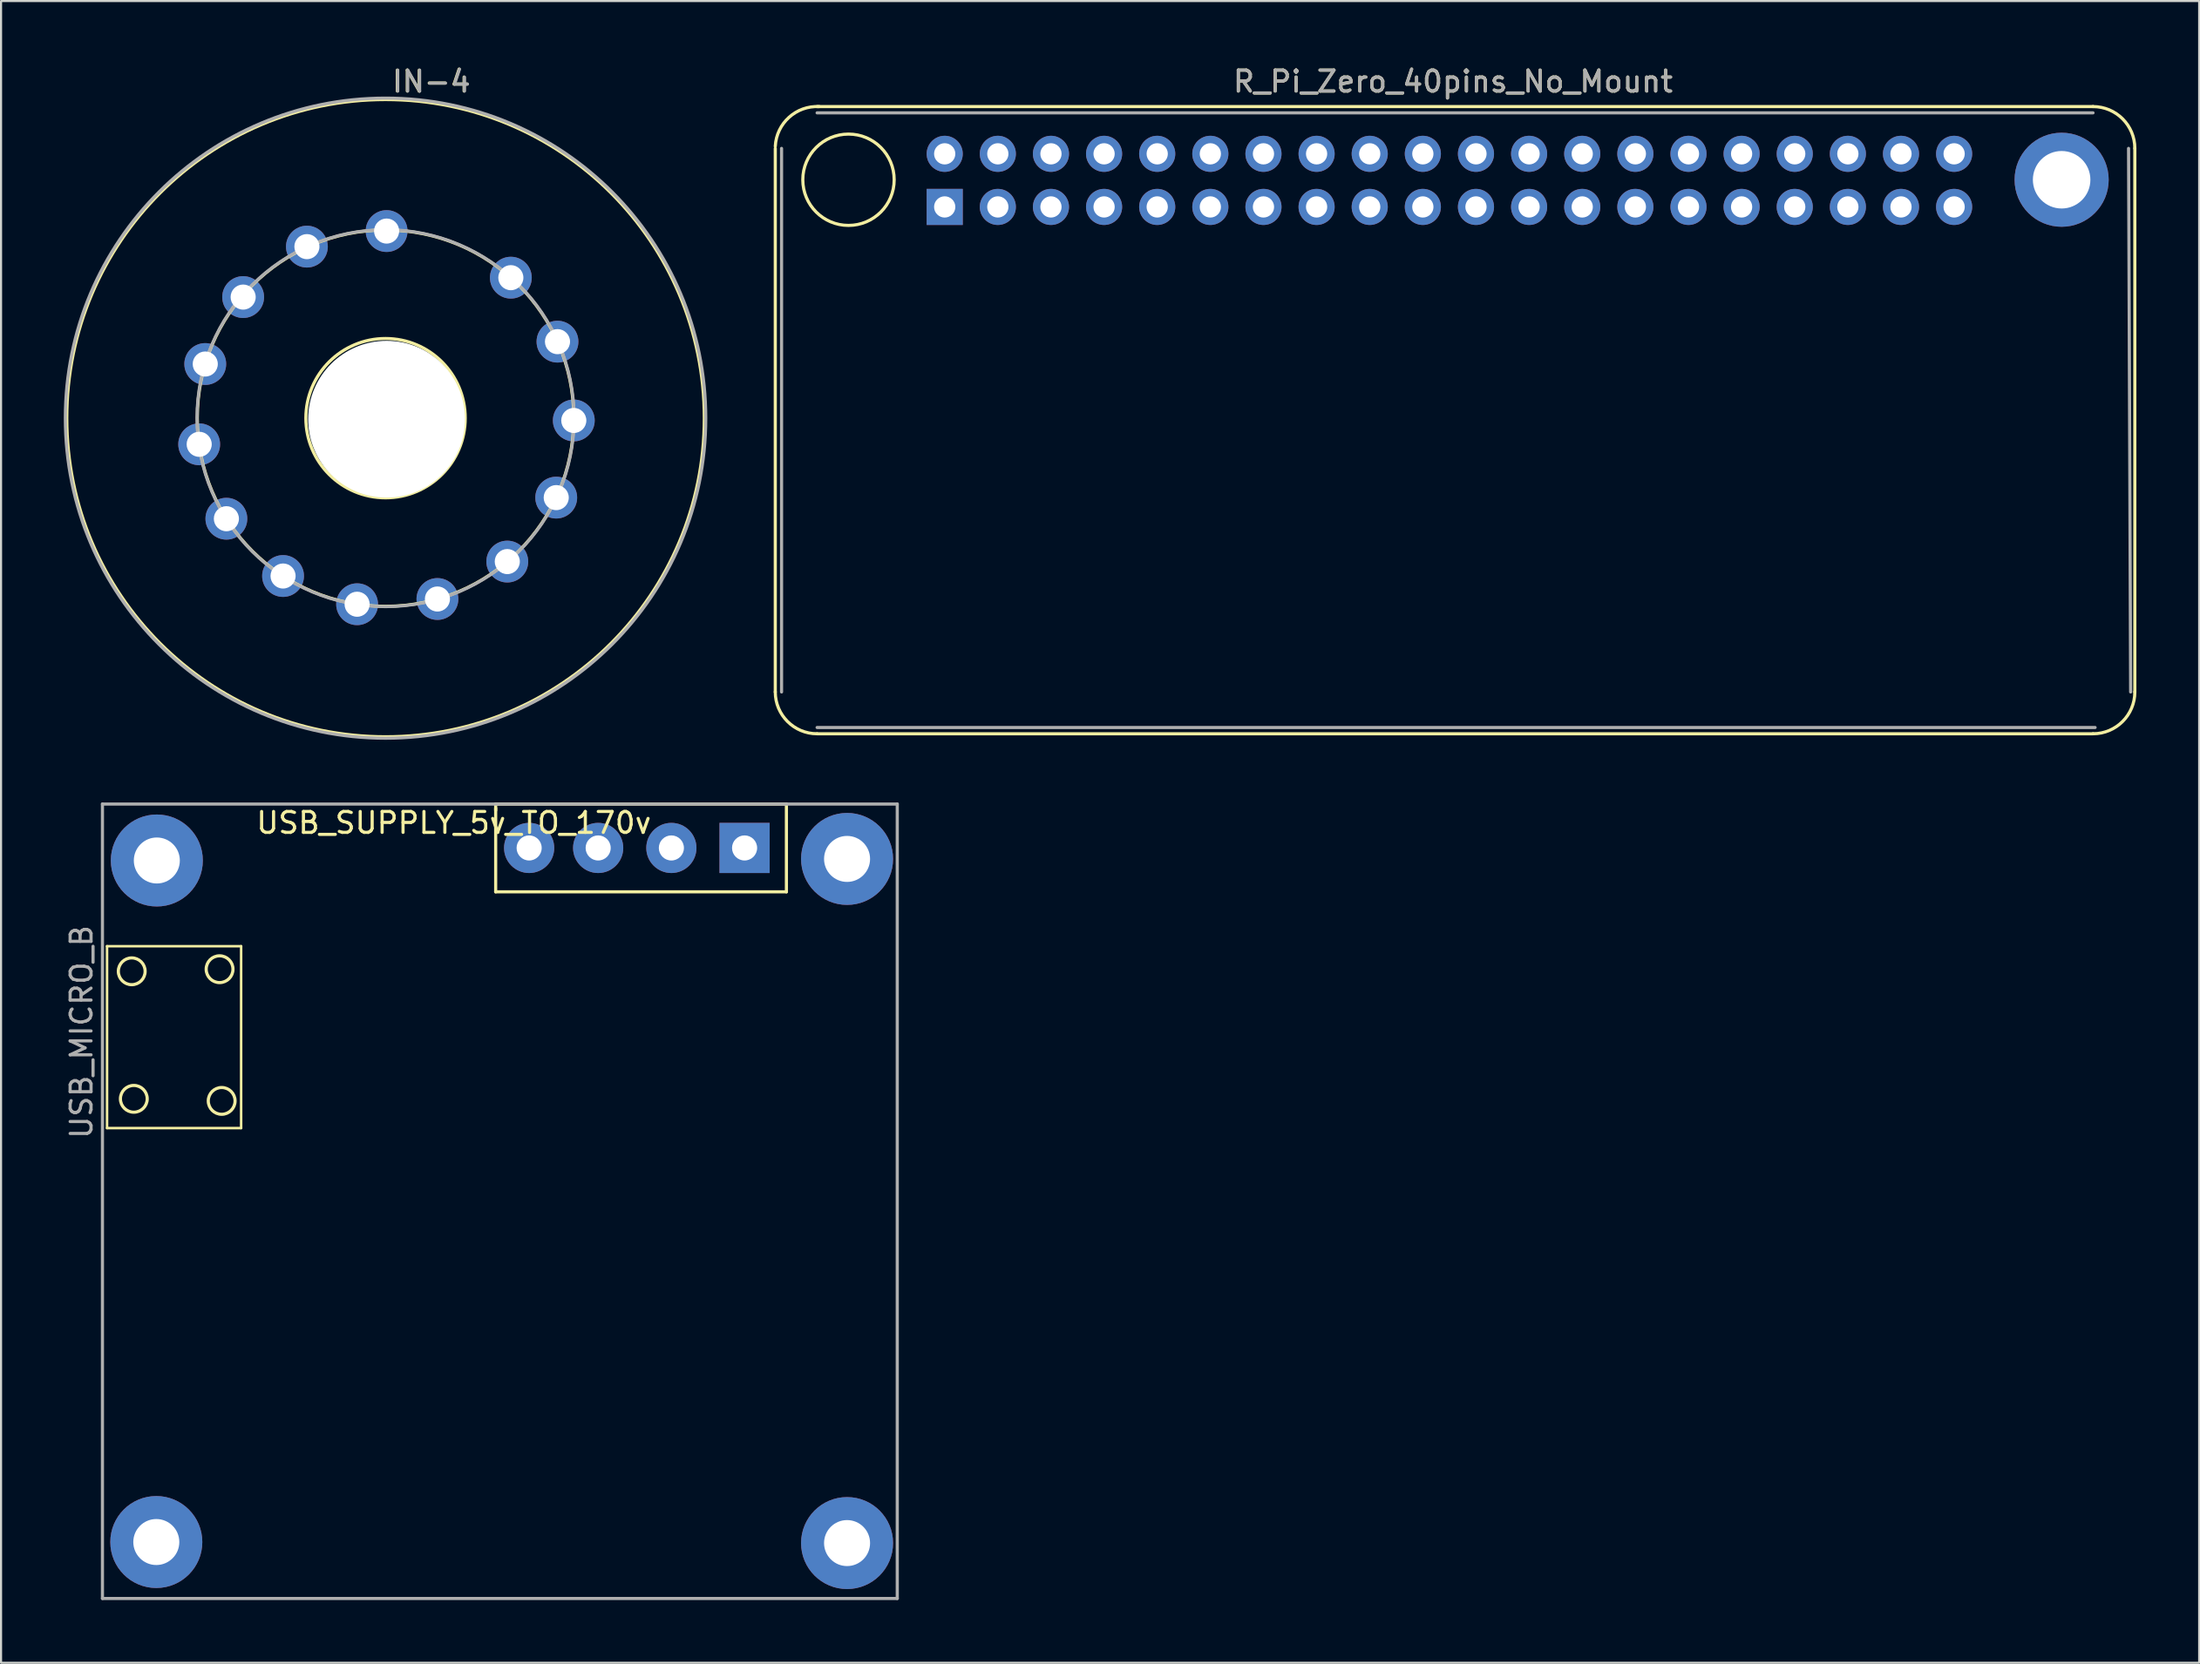
<source format=kicad_pcb>
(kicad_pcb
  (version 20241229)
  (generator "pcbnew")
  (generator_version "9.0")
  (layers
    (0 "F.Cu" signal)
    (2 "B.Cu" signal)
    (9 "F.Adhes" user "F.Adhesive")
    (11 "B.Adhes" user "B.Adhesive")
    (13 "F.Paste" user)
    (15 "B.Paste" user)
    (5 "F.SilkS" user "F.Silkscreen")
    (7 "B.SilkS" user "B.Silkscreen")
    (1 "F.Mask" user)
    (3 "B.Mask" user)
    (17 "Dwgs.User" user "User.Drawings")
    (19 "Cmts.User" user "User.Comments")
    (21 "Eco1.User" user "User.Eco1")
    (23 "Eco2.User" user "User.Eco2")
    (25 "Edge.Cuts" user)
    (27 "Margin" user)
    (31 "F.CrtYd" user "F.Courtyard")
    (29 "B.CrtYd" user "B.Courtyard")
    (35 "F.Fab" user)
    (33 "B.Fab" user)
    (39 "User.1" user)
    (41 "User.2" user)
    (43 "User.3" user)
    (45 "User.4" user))
  (footprint "IN-4"
    (layer "F.Cu")
    (at 15.433 17.002)
    (property "Reference" "IN-4" (at 2.134 -16.154 0) (layer "F.SilkS") (effects (font (size 1 1) (thickness 0.15))))
    (attr through_hole)
    (fp_circle (center -0.05 -0.05) (end -3.86 -0.05) (stroke (width 0.15) (type solid)) (fill no) (layer "F.SilkS"))
    (fp_circle (center -0.05 -0.05) (end -0.05 -9.05) (stroke (width 0.15) (type solid)) (fill no) (layer "F.SilkS"))
    (fp_circle (center -0.05 -0.05) (end 15.19 -0.05) (stroke (width 0.15) (type solid)) (fill no) (layer "F.SilkS"))
    (fp_circle (center -0.05 -0.05) (end 8.95 0.45) (stroke (width 0.15) (type solid)) (fill no) (layer "F.Fab"))
    (fp_circle (center -0.05 -0.05) (end 15.25 0.45) (stroke (width 0.15) (type solid)) (fill no) (layer "F.Fab"))
    (fp_text user "${REFERENCE}" (at 2.15 -16.15 0) (layer "F.Fab") (effects (font (size 1 1) (thickness 0.15))))
    (pad "" np_thru_hole circle (at 0 0) (size 7.5 7.5) (drill 7.5) (layers "*.Cu" "*.Mask"))
    (pad "1" thru_hole circle (at 0 -9 180) (size 2 2) (drill 1.2) (layers "*.Cu" "*.Mask"))
    (pad "2" thru_hole circle (at -3.81 -8.255 180) (size 2 2) (drill 1.2) (layers "*.Cu" "*.Mask"))
    (pad "3" thru_hole circle (at -6.858 -5.842 180) (size 2 2) (drill 1.2) (layers "*.Cu" "*.Mask"))
    (pad "4" thru_hole circle (at -8.67 -2.64 180) (size 2 2) (drill 1.2) (layers "*.Cu" "*.Mask"))
    (pad "5" thru_hole circle (at -8.96 1.2 180) (size 2 2) (drill 1.2) (layers "*.Cu" "*.Mask"))
    (pad "6" thru_hole circle (at -7.66 4.76 180) (size 2 2) (drill 1.2) (layers "*.Cu" "*.Mask"))
    (pad "7" thru_hole circle (at -4.95 7.5 180) (size 2 2) (drill 1.2) (layers "*.Cu" "*.Mask"))
    (pad "8" thru_hole circle (at -1.41 8.85 180) (size 2 2) (drill 1.2) (layers "*.Cu" "*.Mask"))
    (pad "9" thru_hole circle (at 2.43 8.6 180) (size 2 2) (drill 1.2) (layers "*.Cu" "*.Mask"))
    (pad "10" thru_hole circle (at 5.77 6.81 180) (size 2 2) (drill 1.2) (layers "*.Cu" "*.Mask"))
    (pad "11" thru_hole circle (at 8.11 3.75 180) (size 2 2) (drill 1.2) (layers "*.Cu" "*.Mask"))
    (pad "12" thru_hole circle (at 8.95 0.06 180) (size 2 2) (drill 1.2) (layers "*.Cu" "*.Mask"))
    (pad "13" thru_hole circle (at 8.17 -3.71 180) (size 2 2) (drill 1.2) (layers "*.Cu" "*.Mask"))
    (pad "14" thru_hole circle (at 5.94 -6.77 180) (size 2 2) (drill 1.2) (layers "*.Cu" "*.Mask")))
  (footprint "USB_SUPPLY_5v_TO_170v"
    (layer "F.Cu")
    (at 4.448 38.11)
    (property "Reference" "USB_SUPPLY_5v_TO_170v" (at 14.2 -1.8 180) (layer "F.SilkS") (effects (font (size 1 1) (thickness 0.15))))
    (attr smd)
    (fp_line (start -2.38 4.1) (end -2.38 12.8) (stroke (width 0.12) (type solid)) (layer "F.SilkS"))
    (fp_line (start -2.38 4.1) (end 4.03 4.1) (stroke (width 0.12) (type solid)) (layer "F.SilkS"))
    (fp_line (start 4.03 4.1) (end 4.03 12.8) (stroke (width 0.12) (type solid)) (layer "F.SilkS"))
    (fp_line (start 4.03 12.8) (end -2.38 12.8) (stroke (width 0.12) (type solid)) (layer "F.SilkS"))
    (fp_line (start 16.2 -2.7) (end 16.2 -2.4) (stroke (width 0.15) (type solid)) (layer "F.SilkS"))
    (fp_line (start 16.2 -2.5) (end 16.2 1.5) (stroke (width 0.15) (type solid)) (layer "F.SilkS"))
    (fp_line (start 16.2 1.5) (end 30.1 1.5) (stroke (width 0.15) (type solid)) (layer "F.SilkS"))
    (fp_line (start 30.1 -2.7) (end 16.2 -2.7) (stroke (width 0.15) (type solid)) (layer "F.SilkS"))
    (fp_line (start 30.1 1.5) (end 30.1 -2.7) (stroke (width 0.15) (type solid)) (layer "F.SilkS"))
    (fp_circle (center -1.2 5.3) (end -0.8 5.8) (stroke (width 0.15) (type solid)) (fill no) (layer "F.SilkS"))
    (fp_circle (center -1.1 11.4) (end -0.7 11.9) (stroke (width 0.15) (type solid)) (fill no) (layer "F.SilkS"))
    (fp_circle (center 3 5.2) (end 3.4 5.7) (stroke (width 0.15) (type solid)) (fill no) (layer "F.SilkS"))
    (fp_circle (center 3.1 11.5) (end 3.5 12) (stroke (width 0.15) (type solid)) (fill no) (layer "F.SilkS"))
    (fp_line (start -2.6 -2.7) (end -2.6 35.3) (stroke (width 0.15) (type solid)) (layer "F.Fab"))
    (fp_line (start -2.6 -2.7) (end 35.4 -2.7) (stroke (width 0.15) (type solid)) (layer "F.Fab"))
    (fp_line (start -2.6 35.3) (end 35.4 35.3) (stroke (width 0.15) (type solid)) (layer "F.Fab"))
    (fp_line (start 35.4 35.3) (end 35.4 -2.7) (stroke (width 0.15) (type solid)) (layer "F.Fab"))
    (fp_text user "USB_MICRO_B" (at -3.6 8.2 90) (layer "F.Fab") (effects (font (size 1 1) (thickness 0.15))))
    (pad "1" thru_hole rect (at 28.1 -0.6 180) (size 2.4 2.4) (drill 1.2) (layers "*.Cu" "*.Mask"))
    (pad "2" thru_hole circle (at -0.025 32.6 180) (size 4.4 4.4) (drill 2.2) (layers "*.Cu" "*.Mask"))
    (pad "2" thru_hole circle (at 0 0 180) (size 4.4 4.4) (drill 2.2) (layers "*.Cu" "*.Mask"))
    (pad "2" thru_hole circle (at 24.6 -0.6 180) (size 2.4 2.4) (drill 1.2) (layers "*.Cu" "*.Mask"))
    (pad "2" thru_hole circle (at 33 -0.075 180) (size 4.4 4.4) (drill 2.2) (layers "*.Cu" "*.Mask"))
    (pad "2" thru_hole circle (at 33 32.65 180) (size 4.4 4.4) (drill 2.2) (layers "*.Cu" "*.Mask"))
    (pad "3" thru_hole circle (at 21.1 -0.6 180) (size 2.4 2.4) (drill 1.2) (layers "*.Cu" "*.Mask"))
    (pad "4" thru_hole circle (at 17.8 -0.6 180) (size 2.4 2.4) (drill 1.2) (layers "*.Cu" "*.Mask")))
  (footprint "R_Pi_Zero_40pins_No_Mount"
    (layer "F.Cu")
    (at 34.016 2.048)
    (property "Reference" "R_Pi_Zero_40pins_No_Mount" (at 32.4 -1.2 0) (layer "F.SilkS") (effects (font (size 1 1) (thickness 0.15))))
    (attr through_hole)
    (fp_line (start 0 2) (end 0 28) (stroke (width 0.15) (type solid)) (layer "F.SilkS"))
    (fp_line (start 2 0) (end 63 0) (stroke (width 0.15) (type solid)) (layer "F.SilkS"))
    (fp_line (start 2 30) (end 63 30) (stroke (width 0.15) (type solid)) (layer "F.SilkS"))
    (fp_line (start 65 2) (end 65 28) (stroke (width 0.15) (type solid)) (layer "F.SilkS"))
    (fp_arc (start 0 1.9) (mid 0.656497 0.515076) (end 2.1 0) (stroke (width 0.15) (type solid)) (layer "F.SilkS"))
    (fp_arc (start 2 30) (mid 0.585786 29.414214) (end 0 28) (stroke (width 0.15) (type solid)) (layer "F.SilkS"))
    (fp_arc (start 63 0) (mid 64.414214 0.585786) (end 65 2) (stroke (width 0.15) (type solid)) (layer "F.SilkS"))
    (fp_arc (start 65 28) (mid 64.414214 29.414214) (end 63 30) (stroke (width 0.15) (type solid)) (layer "F.SilkS"))
    (fp_circle (center 3.5 3.5) (end 4.7 5.325) (stroke (width 0.15) (type solid)) (fill no) (layer "F.SilkS"))
    (fp_line (start 0.3 2) (end 0.3 28) (stroke (width 0.15) (type solid)) (layer "F.Fab"))
    (fp_line (start 2 29.7) (end 63.1 29.7) (stroke (width 0.15) (type solid)) (layer "F.Fab"))
    (fp_line (start 63 0.3) (end 2 0.3) (stroke (width 0.15) (type solid)) (layer "F.Fab"))
    (fp_line (start 64.8 28) (end 64.7 2) (stroke (width 0.15) (type solid)) (layer "F.Fab"))
    (fp_text user "${REFERENCE}" (at 32.4 -1.2 0) (layer "F.Fab") (effects (font (size 1 1) (thickness 0.15))))
    (pad "1" thru_hole rect (at 8.1 4.8) (size 1.727 1.727) (drill 1.016) (layers "*.Cu" "*.Mask"))
    (pad "2" thru_hole oval (at 8.1 2.26) (size 1.727 1.727) (drill 1.016) (layers "*.Cu" "*.Mask"))
    (pad "3" thru_hole oval (at 10.64 4.8) (size 1.727 1.727) (drill 1.016) (layers "*.Cu" "*.Mask"))
    (pad "4" thru_hole oval (at 10.64 2.26) (size 1.727 1.727) (drill 1.016) (layers "*.Cu" "*.Mask"))
    (pad "5" thru_hole oval (at 13.18 4.8) (size 1.727 1.727) (drill 1.016) (layers "*.Cu" "*.Mask"))
    (pad "6" thru_hole oval (at 13.18 2.26) (size 1.727 1.727) (drill 1.016) (layers "*.Cu" "*.Mask"))
    (pad "7" thru_hole oval (at 15.72 4.8) (size 1.727 1.727) (drill 1.016) (layers "*.Cu" "*.Mask"))
    (pad "8" thru_hole oval (at 15.72 2.26) (size 1.727 1.727) (drill 1.016) (layers "*.Cu" "*.Mask"))
    (pad "9" thru_hole oval (at 18.26 4.8) (size 1.727 1.727) (drill 1.016) (layers "*.Cu" "*.Mask"))
    (pad "10" thru_hole oval (at 18.26 2.26) (size 1.727 1.727) (drill 1.016) (layers "*.Cu" "*.Mask"))
    (pad "11" thru_hole oval (at 20.8 4.8) (size 1.727 1.727) (drill 1.016) (layers "*.Cu" "*.Mask"))
    (pad "12" thru_hole oval (at 20.8 2.26) (size 1.727 1.727) (drill 1.016) (layers "*.Cu" "*.Mask"))
    (pad "13" thru_hole oval (at 23.34 4.8) (size 1.727 1.727) (drill 1.016) (layers "*.Cu" "*.Mask"))
    (pad "14" thru_hole oval (at 23.34 2.26) (size 1.727 1.727) (drill 1.016) (layers "*.Cu" "*.Mask"))
    (pad "15" thru_hole oval (at 25.88 4.8) (size 1.727 1.727) (drill 1.016) (layers "*.Cu" "*.Mask"))
    (pad "16" thru_hole oval (at 25.88 2.26) (size 1.727 1.727) (drill 1.016) (layers "*.Cu" "*.Mask"))
    (pad "17" thru_hole oval (at 28.42 4.8) (size 1.727 1.727) (drill 1.016) (layers "*.Cu" "*.Mask"))
    (pad "18" thru_hole oval (at 28.42 2.26) (size 1.727 1.727) (drill 1.016) (layers "*.Cu" "*.Mask"))
    (pad "19" thru_hole oval (at 30.96 4.8) (size 1.727 1.727) (drill 1.016) (layers "*.Cu" "*.Mask"))
    (pad "20" thru_hole oval (at 30.96 2.26) (size 1.727 1.727) (drill 1.016) (layers "*.Cu" "*.Mask"))
    (pad "21" thru_hole oval (at 33.5 4.8) (size 1.727 1.727) (drill 1.016) (layers "*.Cu" "*.Mask"))
    (pad "22" thru_hole oval (at 33.5 2.26) (size 1.727 1.727) (drill 1.016) (layers "*.Cu" "*.Mask"))
    (pad "23" thru_hole oval (at 36.04 4.8) (size 1.727 1.727) (drill 1.016) (layers "*.Cu" "*.Mask"))
    (pad "24" thru_hole oval (at 36.04 2.26) (size 1.727 1.727) (drill 1.016) (layers "*.Cu" "*.Mask"))
    (pad "25" thru_hole oval (at 38.58 4.8) (size 1.727 1.727) (drill 1.016) (layers "*.Cu" "*.Mask"))
    (pad "26" thru_hole oval (at 38.58 2.26) (size 1.727 1.727) (drill 1.016) (layers "*.Cu" "*.Mask"))
    (pad "27" thru_hole oval (at 41.12 4.8) (size 1.727 1.727) (drill 1.016) (layers "*.Cu" "*.Mask"))
    (pad "28" thru_hole oval (at 41.12 2.26) (size 1.727 1.727) (drill 1.016) (layers "*.Cu" "*.Mask"))
    (pad "29" thru_hole oval (at 43.66 4.8) (size 1.727 1.727) (drill 1.016) (layers "*.Cu" "*.Mask"))
    (pad "30" thru_hole oval (at 43.66 2.26) (size 1.727 1.727) (drill 1.016) (layers "*.Cu" "*.Mask"))
    (pad "31" thru_hole oval (at 46.2 4.8) (size 1.727 1.727) (drill 1.016) (layers "*.Cu" "*.Mask"))
    (pad "32" thru_hole oval (at 46.2 2.26) (size 1.727 1.727) (drill 1.016) (layers "*.Cu" "*.Mask"))
    (pad "33" thru_hole oval (at 48.74 4.8) (size 1.727 1.727) (drill 1.016) (layers "*.Cu" "*.Mask"))
    (pad "34" thru_hole oval (at 48.74 2.26) (size 1.727 1.727) (drill 1.016) (layers "*.Cu" "*.Mask"))
    (pad "35" thru_hole oval (at 51.28 4.8) (size 1.727 1.727) (drill 1.016) (layers "*.Cu" "*.Mask"))
    (pad "36" thru_hole oval (at 51.28 2.26) (size 1.727 1.727) (drill 1.016) (layers "*.Cu" "*.Mask"))
    (pad "37" thru_hole oval (at 53.82 4.8) (size 1.727 1.727) (drill 1.016) (layers "*.Cu" "*.Mask"))
    (pad "38" thru_hole oval (at 53.82 2.26) (size 1.727 1.727) (drill 1.016) (layers "*.Cu" "*.Mask"))
    (pad "39" thru_hole oval (at 56.36 4.8) (size 1.727 1.727) (drill 1.016) (layers "*.Cu" "*.Mask"))
    (pad "40" thru_hole oval (at 56.36 2.26) (size 1.727 1.727) (drill 1.016) (layers "*.Cu" "*.Mask"))
    (pad "41" thru_hole circle (at 61.5 3.5) (size 4.5 4.5) (drill 2.75) (layers "*.Cu" "*.Mask")))
  (gr_rect
    (start -3 -3)
    (end 102.091 76.485)
    (stroke (width 0.1) (type default))
    (fill no)
    (layer "Edge.Cuts")))
</source>
